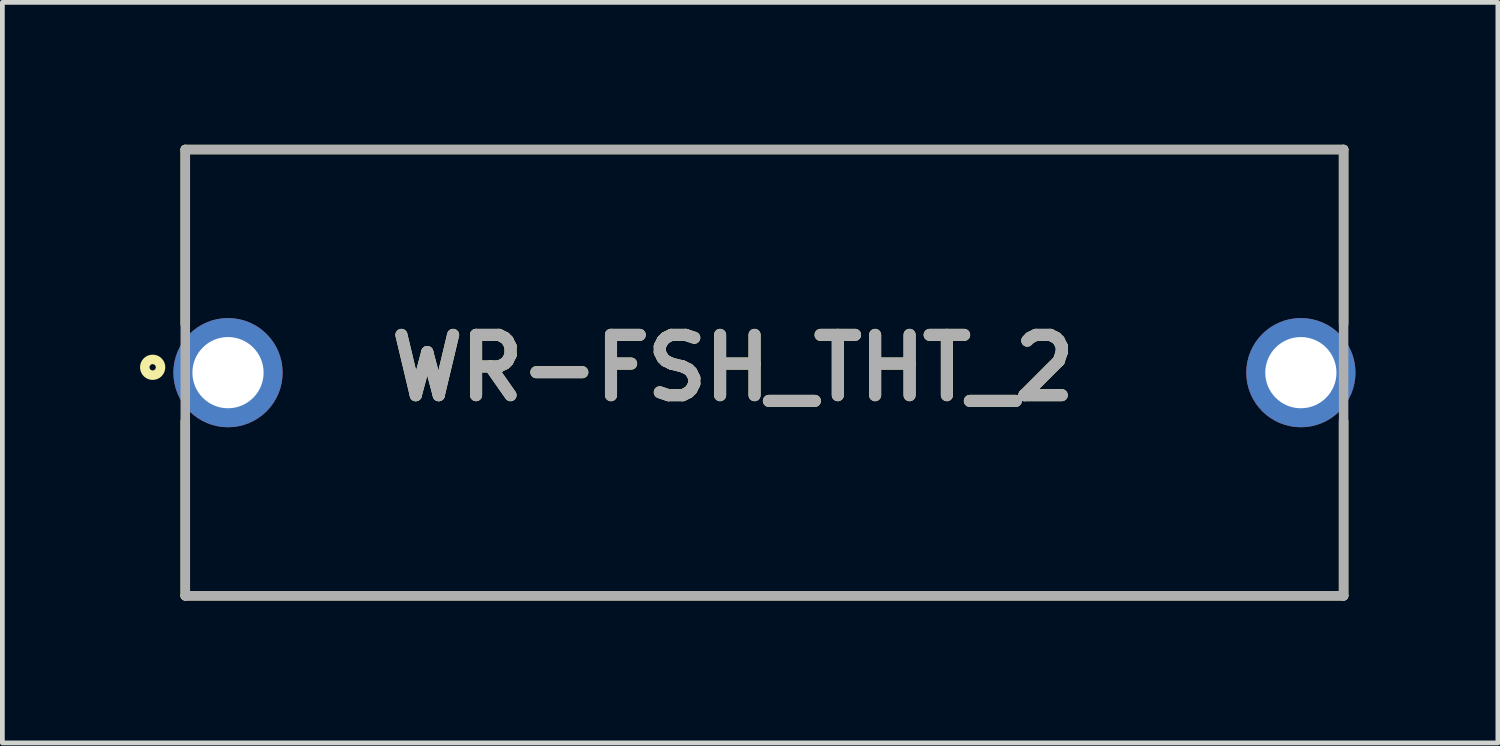
<source format=kicad_pcb>
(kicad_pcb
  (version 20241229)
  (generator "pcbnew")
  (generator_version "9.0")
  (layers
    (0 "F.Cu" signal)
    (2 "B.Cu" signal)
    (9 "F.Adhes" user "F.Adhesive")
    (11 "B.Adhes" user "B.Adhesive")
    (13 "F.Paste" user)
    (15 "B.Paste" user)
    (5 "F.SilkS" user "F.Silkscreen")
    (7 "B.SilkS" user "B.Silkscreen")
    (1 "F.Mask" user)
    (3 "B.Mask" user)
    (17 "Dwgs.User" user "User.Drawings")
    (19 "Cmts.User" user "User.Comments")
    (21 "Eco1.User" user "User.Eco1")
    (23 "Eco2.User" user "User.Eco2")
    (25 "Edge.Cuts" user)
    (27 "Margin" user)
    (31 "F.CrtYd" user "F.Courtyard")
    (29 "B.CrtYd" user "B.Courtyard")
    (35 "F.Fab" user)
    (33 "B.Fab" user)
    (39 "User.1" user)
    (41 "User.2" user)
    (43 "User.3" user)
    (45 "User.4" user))
  (footprint "WR-FSH_THT_2"
    (layer "F.Cu")
    (at 13.053 4.8)
    (property "Reference" "WR-FSH_THT_2" (at -0.662 -0.1 0) (layer "F.SilkS") (effects (font (size 1.27 1.27) (thickness 0.254))))
    (attr through_hole)
    (fp_line (start -12.2 -4.7) (end -12.2 -1.023) (stroke (width 0.2) (type solid)) (layer "F.SilkS"))
    (fp_line (start -12.2 -4.7) (end 12.2 -4.7) (stroke (width 0.2) (type solid)) (layer "F.SilkS"))
    (fp_line (start -12.2 4.7) (end -12.2 1.023) (stroke (width 0.2) (type solid)) (layer "F.SilkS"))
    (fp_line (start 12.2 -4.7) (end 12.2 -1.023) (stroke (width 0.2) (type solid)) (layer "F.SilkS"))
    (fp_line (start 12.2 4.7) (end -12.2 4.7) (stroke (width 0.2) (type solid)) (layer "F.SilkS"))
    (fp_line (start 12.2 4.7) (end 12.2 1.023) (stroke (width 0.2) (type solid)) (layer "F.SilkS"))
    (fp_circle (center -12.887 -0.113) (end -12.887 -0.047) (stroke (width 0.2) (type solid)) (fill no) (layer "F.SilkS"))
    (fp_line (start -12.2 -4.7) (end 12.2 -4.7) (stroke (width 0.2) (type solid)) (layer "F.Fab"))
    (fp_line (start -12.2 4.7) (end -12.2 -4.7) (stroke (width 0.2) (type solid)) (layer "F.Fab"))
    (fp_line (start 12.2 -4.7) (end 12.2 4.7) (stroke (width 0.2) (type solid)) (layer "F.Fab"))
    (fp_line (start 12.2 4.7) (end -12.2 4.7) (stroke (width 0.2) (type solid)) (layer "F.Fab"))
    (fp_text user "${REFERENCE}" (at -0.662 -0.1 0) (layer "F.Fab") (effects (font (size 1.27 1.27) (thickness 0.254))))
    (pad "1" thru_hole circle (at -11.3 0) (size 2.3 2.3) (drill 1.5) (layers "*.Cu" "*.Mask"))
    (pad "2" thru_hole circle (at 11.3 0) (size 2.3 2.3) (drill 1.5) (layers "*.Cu" "*.Mask")))
  (gr_rect
    (start -3 -3)
    (end 28.503 12.6)
    (stroke (width 0.1) (type default))
    (fill no)
    (layer "Edge.Cuts")))
</source>
